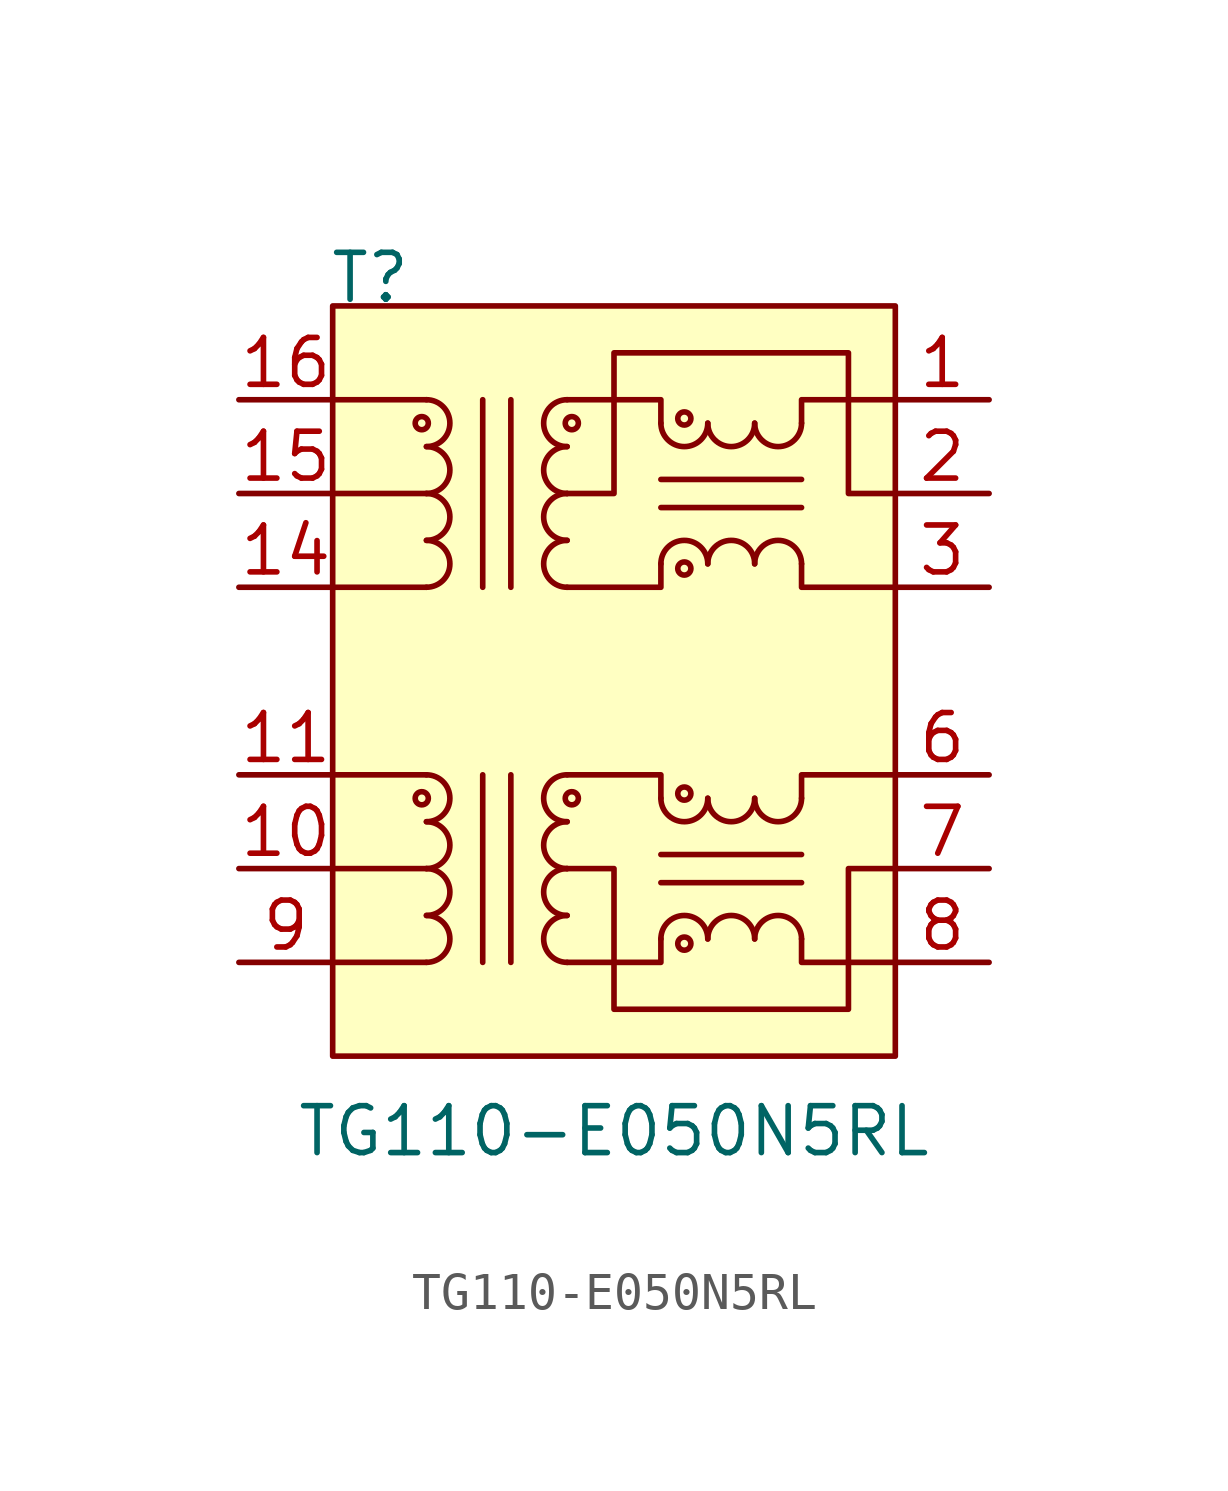
<source format=kicad_sym>
(kicad_symbol_lib
  (version 20231120)
  (generator "kicad_symbol_editor")
  (generator_version "8.0")
  (symbol "TG110-E050N5RL"
    (pin_names hide)
    (property "Reference" "T"
      (at -6.604 10.922 0)
      (effects (font (size 1.27 1.27))))
    (property "Value" "TG110-E050N5RL"
      (at 0 -12.192 0)
      (effects (font (size 1.27 1.27))))
    (symbol "TG110-E050N5RL_0_1"
      (circle (center -5.207 -3.175) (radius 0.178) (stroke (width 0) (type default)) (fill (type none)))
      (arc (start -5.08 -3.81) (mid -4.4477 -3.175) (end -5.08 -2.54) (stroke (width 0) (type default)) (fill (type none)))
      (polyline (pts (xy -5.08 -7.62) (xy -7.62 -7.62)) (stroke (width 0) (type default)) (fill (type none)))
      (polyline (pts (xy -5.08 -5.08) (xy -7.62 -5.08)) (stroke (width 0) (type default)) (fill (type none)))
      (polyline (pts (xy -5.08 -2.54) (xy -7.62 -2.54)) (stroke (width 0) (type default)) (fill (type none)))
      (polyline (pts (xy -3.556 -7.62) (xy -3.556 -2.54)) (stroke (width 0) (type default)) (fill (type none)))
      (polyline (pts (xy -3.556 7.62) (xy -3.556 2.54)) (stroke (width 0) (type default)) (fill (type none)))
      (polyline (pts (xy -2.794 -2.54) (xy -2.794 -7.62)) (stroke (width 0) (type default)) (fill (type none)))
      (polyline (pts (xy -2.794 2.54) (xy -2.794 7.62)) (stroke (width 0) (type default)) (fill (type none)))
      (polyline (pts (xy 1.27 -5.461) (xy 5.08 -5.461)) (stroke (width 0) (type default)) (fill (type none)))
      (polyline (pts (xy 1.27 -4.699) (xy 5.08 -4.699)) (stroke (width 0) (type default)) (fill (type none)))
      (polyline (pts (xy -1.27 -7.62) (xy 1.27 -7.62) (xy 1.27 -6.985)) (stroke (width 0) (type default)) (fill (type none)))
      (polyline (pts (xy 1.27 -3.175) (xy 1.27 -2.54) (xy -1.27 -2.54)) (stroke (width 0) (type default)) (fill (type none)))
      (polyline (pts (xy 5.08 -6.985) (xy 5.08 -7.62) (xy 7.62 -7.62)) (stroke (width 0) (type default)) (fill (type none)))
      (polyline (pts (xy 5.08 -3.175) (xy 5.08 -2.54) (xy 7.62 -2.54)) (stroke (width 0) (type default)) (fill (type none)))
      (polyline (pts (xy -1.27 -5.08) (xy 0 -5.08) (xy 0 -8.89) (xy 6.35 -8.89) (xy 6.35 -5.08) (xy 7.62 -5.08)) (stroke (width 0) (type default)) (fill (type none))))
    (symbol "TG110-E050N5RL_1_1"
      (rectangle (start -7.62 10.16) (end 7.62 -10.16) (stroke (width 0) (type default)) (fill (type background)))
      (circle (center -5.207 6.985) (radius 0.178) (stroke (width 0) (type default)) (fill (type none)))
      (arc (start -5.08 -7.62) (mid -4.4477 -6.985) (end -5.08 -6.35) (stroke (width 0) (type default)) (fill (type none)))
      (arc (start -5.08 -6.35) (mid -4.4477 -5.715) (end -5.08 -5.08) (stroke (width 0) (type default)) (fill (type none)))
      (arc (start -5.08 -5.08) (mid -4.4477 -4.445) (end -5.08 -3.81) (stroke (width 0) (type default)) (fill (type none)))
      (arc (start -5.08 2.54) (mid -4.4477 3.175) (end -5.08 3.81) (stroke (width 0) (type default)) (fill (type none)))
      (arc (start -5.08 3.81) (mid -4.4477 4.445) (end -5.08 5.08) (stroke (width 0) (type default)) (fill (type none)))
      (arc (start -5.08 5.08) (mid -4.4477 5.715) (end -5.08 6.35) (stroke (width 0) (type default)) (fill (type none)))
      (arc (start -5.08 6.35) (mid -4.4477 6.985) (end -5.08 7.62) (stroke (width 0) (type default)) (fill (type none)))
      (arc (start -1.27 -6.35) (mid -1.9023 -6.985) (end -1.27 -7.62) (stroke (width 0) (type default)) (fill (type none)))
      (arc (start -1.27 -5.08) (mid -1.9023 -5.715) (end -1.27 -6.35) (stroke (width 0) (type default)) (fill (type none)))
      (arc (start -1.27 -3.81) (mid -1.9023 -4.445) (end -1.27 -5.08) (stroke (width 0) (type default)) (fill (type none)))
      (arc (start -1.27 -2.54) (mid -1.9023 -3.175) (end -1.27 -3.81) (stroke (width 0) (type default)) (fill (type none)))
      (arc (start -1.27 3.81) (mid -1.9023 3.175) (end -1.27 2.54) (stroke (width 0) (type default)) (fill (type none)))
      (arc (start -1.27 5.08) (mid -1.9023 4.445) (end -1.27 3.81) (stroke (width 0) (type default)) (fill (type none)))
      (arc (start -1.27 6.35) (mid -1.9023 5.715) (end -1.27 5.08) (stroke (width 0) (type default)) (fill (type none)))
      (arc (start -1.27 7.62) (mid -1.9023 6.985) (end -1.27 6.35) (stroke (width 0) (type default)) (fill (type none)))
      (circle (center -1.143 -3.175) (radius 0.178) (stroke (width 0) (type default)) (fill (type none)))
      (circle (center -1.143 6.985) (radius 0.178) (stroke (width 0) (type default)) (fill (type none)))
      (polyline (pts (xy -5.08 2.54) (xy -7.62 2.54)) (stroke (width 0) (type default)) (fill (type none)))
      (polyline (pts (xy -5.08 5.08) (xy -7.62 5.08)) (stroke (width 0) (type default)) (fill (type none)))
      (polyline (pts (xy -5.08 7.62) (xy -7.62 7.62)) (stroke (width 0) (type default)) (fill (type none)))
      (polyline (pts (xy 1.27 4.699) (xy 5.08 4.699)) (stroke (width 0) (type default)) (fill (type none)))
      (polyline (pts (xy 1.27 5.461) (xy 5.08 5.461)) (stroke (width 0) (type default)) (fill (type none)))
      (polyline (pts (xy -1.27 2.54) (xy 1.27 2.54) (xy 1.27 3.175)) (stroke (width 0) (type default)) (fill (type none)))
      (polyline (pts (xy 1.27 6.985) (xy 1.27 7.62) (xy -1.27 7.62)) (stroke (width 0) (type default)) (fill (type none)))
      (polyline (pts (xy 5.08 3.175) (xy 5.08 2.54) (xy 7.62 2.54)) (stroke (width 0) (type default)) (fill (type none)))
      (polyline (pts (xy 5.08 6.985) (xy 5.08 7.62) (xy 7.62 7.62)) (stroke (width 0) (type default)) (fill (type none)))
      (polyline (pts (xy 7.62 5.08) (xy 6.35 5.08) (xy 6.35 8.89) (xy 0 8.89) (xy 0 5.08) (xy -1.27 5.08)) (stroke (width 0) (type default)) (fill (type none)))
      (arc (start 1.27 -3.175) (mid 1.905 -3.8073) (end 2.54 -3.175) (stroke (width 0) (type default)) (fill (type none)))
      (arc (start 1.27 6.985) (mid 1.905 6.3527) (end 2.54 6.985) (stroke (width 0) (type default)) (fill (type none)))
      (circle (center 1.905 -7.112) (radius 0.178) (stroke (width 0) (type default)) (fill (type none)))
      (circle (center 1.905 -3.048) (radius 0.178) (stroke (width 0) (type default)) (fill (type none)))
      (circle (center 1.905 3.048) (radius 0.178) (stroke (width 0) (type default)) (fill (type none)))
      (circle (center 1.905 7.112) (radius 0.178) (stroke (width 0) (type default)) (fill (type none)))
      (arc (start 2.54 -6.985) (mid 1.905 -6.3527) (end 1.27 -6.985) (stroke (width 0) (type default)) (fill (type none)))
      (arc (start 2.54 -3.175) (mid 3.175 -3.8073) (end 3.81 -3.175) (stroke (width 0) (type default)) (fill (type none)))
      (arc (start 2.54 3.175) (mid 1.905 3.8073) (end 1.27 3.175) (stroke (width 0) (type default)) (fill (type none)))
      (arc (start 2.54 6.985) (mid 3.175 6.3527) (end 3.81 6.985) (stroke (width 0) (type default)) (fill (type none)))
      (arc (start 3.81 -6.985) (mid 3.175 -6.3527) (end 2.54 -6.985) (stroke (width 0) (type default)) (fill (type none)))
      (arc (start 3.81 -3.175) (mid 4.445 -3.8073) (end 5.08 -3.175) (stroke (width 0) (type default)) (fill (type none)))
      (arc (start 3.81 3.175) (mid 3.175 3.8073) (end 2.54 3.175) (stroke (width 0) (type default)) (fill (type none)))
      (arc (start 3.81 6.985) (mid 4.445 6.3527) (end 5.08 6.985) (stroke (width 0) (type default)) (fill (type none)))
      (arc (start 5.08 -6.985) (mid 4.445 -6.3527) (end 3.81 -6.985) (stroke (width 0) (type default)) (fill (type none)))
      (arc (start 5.08 3.175) (mid 4.445 3.8073) (end 3.81 3.175) (stroke (width 0) (type default)) (fill (type none)))
      (pin passive line (at 10.16 7.62 180) (length 2.54) (name "TX-" (effects (font (size 1.27 1.27)))) (number "1" (effects (font (size 1.27 1.27)))))
      (pin passive line (at -10.16 -5.08 0) (length 2.54) (name "C_RD" (effects (font (size 1.27 1.27)))) (number "10" (effects (font (size 1.27 1.27)))))
      (pin passive line (at -10.16 -2.54 0) (length 2.54) (name "RD-" (effects (font (size 1.27 1.27)))) (number "11" (effects (font (size 1.27 1.27)))))
      (pin no_connect line (at 1.27 -12.7 90) (length 2.54) hide (name "NC" (effects (font (size 1.27 1.27)))) (number "12" (effects (font (size 1.27 1.27)))))
      (pin no_connect line (at 3.81 -12.7 90) (length 2.54) hide (name "NC" (effects (font (size 1.27 1.27)))) (number "13" (effects (font (size 1.27 1.27)))))
      (pin passive line (at -10.16 2.54 0) (length 2.54) (name "TD+" (effects (font (size 1.27 1.27)))) (number "14" (effects (font (size 1.27 1.27)))))
      (pin passive line (at -10.16 5.08 0) (length 2.54) (name "C_TD" (effects (font (size 1.27 1.27)))) (number "15" (effects (font (size 1.27 1.27)))))
      (pin passive line (at -10.16 7.62 0) (length 2.54) (name "TD-" (effects (font (size 1.27 1.27)))) (number "16" (effects (font (size 1.27 1.27)))))
      (pin passive line (at 10.16 5.08 180) (length 2.54) (name "C_TX" (effects (font (size 1.27 1.27)))) (number "2" (effects (font (size 1.27 1.27)))))
      (pin passive line (at 10.16 2.54 180) (length 2.54) (name "TX+" (effects (font (size 1.27 1.27)))) (number "3" (effects (font (size 1.27 1.27)))))
      (pin no_connect line (at -3.81 -12.7 90) (length 2.54) hide (name "NC" (effects (font (size 1.27 1.27)))) (number "4" (effects (font (size 1.27 1.27)))))
      (pin no_connect line (at -1.27 -12.7 90) (length 2.54) hide (name "NC" (effects (font (size 1.27 1.27)))) (number "5" (effects (font (size 1.27 1.27)))))
      (pin passive line (at 10.16 -2.54 180) (length 2.54) (name "RX-" (effects (font (size 1.27 1.27)))) (number "6" (effects (font (size 1.27 1.27)))))
      (pin passive line (at 10.16 -5.08 180) (length 2.54) (name "C_RX" (effects (font (size 1.27 1.27)))) (number "7" (effects (font (size 1.27 1.27)))))
      (pin passive line (at 10.16 -7.62 180) (length 2.54) (name "RX+" (effects (font (size 1.27 1.27)))) (number "8" (effects (font (size 1.27 1.27)))))
      (pin passive line (at -10.16 -7.62 0) (length 2.54) (name "RD+" (effects (font (size 1.27 1.27)))) (number "9" (effects (font (size 1.27 1.27))))))))
</source>
